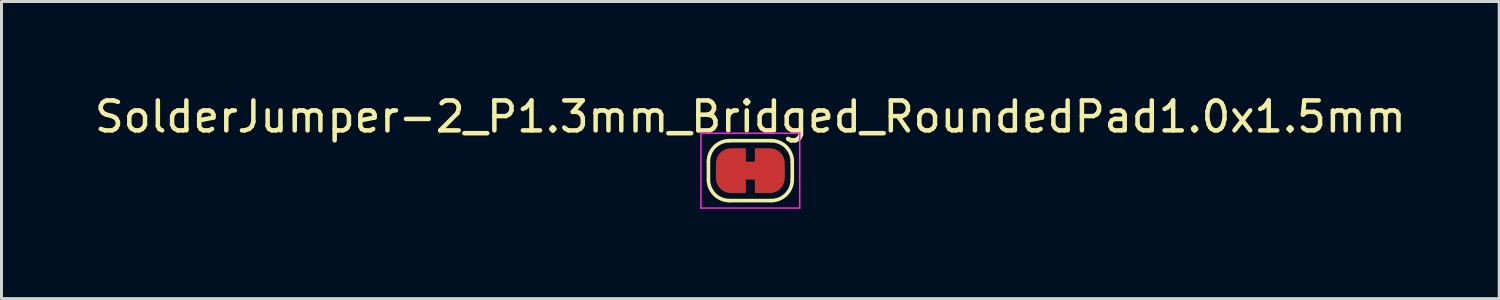
<source format=kicad_pcb>
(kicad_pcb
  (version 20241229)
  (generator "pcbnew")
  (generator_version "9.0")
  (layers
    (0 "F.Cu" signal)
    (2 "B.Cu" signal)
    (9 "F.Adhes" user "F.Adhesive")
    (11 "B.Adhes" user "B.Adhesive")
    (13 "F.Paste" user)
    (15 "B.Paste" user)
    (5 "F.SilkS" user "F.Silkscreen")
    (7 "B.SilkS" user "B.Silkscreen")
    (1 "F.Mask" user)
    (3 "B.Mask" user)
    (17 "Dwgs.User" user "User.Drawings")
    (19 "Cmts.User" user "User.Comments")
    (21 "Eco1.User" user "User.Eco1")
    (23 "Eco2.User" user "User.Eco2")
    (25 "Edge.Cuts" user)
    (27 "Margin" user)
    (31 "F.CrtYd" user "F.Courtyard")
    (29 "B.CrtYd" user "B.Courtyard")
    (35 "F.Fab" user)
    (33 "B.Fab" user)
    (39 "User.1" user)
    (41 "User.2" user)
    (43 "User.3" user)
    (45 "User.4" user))
  (footprint "SolderJumper-2_P1.3mm_Bridged_RoundedPad1.0x1.5mm"
    (layer "F.Cu")
    (at 22.006 2.648)
    (property "Reference" "SolderJumper-2_P1.3mm_Bridged_RoundedPad1.0x1.5mm" (at 0 -1.8 180) (layer "F.SilkS") (effects (font (size 1 1) (thickness 0.15))))
    (attr exclude_from_pos_files)
    (fp_poly (pts (xy 0.25 -0.3) (xy -0.25 -0.3) (xy -0.25 0.3) (xy 0.25 0.3)) (stroke (width 0) (type solid)) (fill yes) (layer "F.Cu"))
    (fp_line (start -1.4 0.3) (end -1.4 -0.3) (stroke (width 0.12) (type solid)) (layer "F.SilkS"))
    (fp_line (start -0.7 -1) (end 0.7 -1) (stroke (width 0.12) (type solid)) (layer "F.SilkS"))
    (fp_line (start 0.7 1) (end -0.7 1) (stroke (width 0.12) (type solid)) (layer "F.SilkS"))
    (fp_line (start 1.4 -0.3) (end 1.4 0.3) (stroke (width 0.12) (type solid)) (layer "F.SilkS"))
    (fp_arc (start -1.4 -0.3) (mid -1.194975 -0.794975) (end -0.7 -1) (stroke (width 0.12) (type solid)) (layer "F.SilkS"))
    (fp_arc (start -0.7 1) (mid -1.194975 0.794975) (end -1.4 0.3) (stroke (width 0.12) (type solid)) (layer "F.SilkS"))
    (fp_arc (start 0.7 -1) (mid 1.194975 -0.794975) (end 1.4 -0.3) (stroke (width 0.12) (type solid)) (layer "F.SilkS"))
    (fp_arc (start 1.4 0.3) (mid 1.194975 0.794975) (end 0.7 1) (stroke (width 0.12) (type solid)) (layer "F.SilkS"))
    (fp_line (start -1.65 -1.25) (end -1.65 1.25) (stroke (width 0.05) (type solid)) (layer "F.CrtYd"))
    (fp_line (start -1.65 -1.25) (end 1.65 -1.25) (stroke (width 0.05) (type solid)) (layer "F.CrtYd"))
    (fp_line (start 1.65 1.25) (end -1.65 1.25) (stroke (width 0.05) (type solid)) (layer "F.CrtYd"))
    (fp_line (start 1.65 1.25) (end 1.65 -1.25) (stroke (width 0.05) (type solid)) (layer "F.CrtYd"))
    (pad "1" smd custom (at -0.65 0) (size 1 0.5) (layers "F.Cu" "F.Mask") (options (anchor rect)) (primitives (gr_circle (center 0 0.25) (end 0.5 0.25) (width 0) (fill yes)) (gr_circle (center 0 -0.25) (end 0.5 -0.25) (width 0) (fill yes)) (gr_poly (pts (xy 0.5 0.75) (xy 0 0.75) (xy 0 -0.75) (xy 0.5 -0.75)) (width 0) (fill yes))))
    (pad "2" smd custom (at 0.65 0) (size 1 0.5) (layers "F.Cu" "F.Mask") (options (anchor rect)) (primitives (gr_circle (center 0 0.25) (end 0.5 0.25) (width 0) (fill yes)) (gr_circle (center 0 -0.25) (end 0.5 -0.25) (width 0) (fill yes)) (gr_poly (pts (xy 0 0.75) (xy -0.5 0.75) (xy -0.5 -0.75) (xy 0 -0.75)) (width 0) (fill yes)))))
  (gr_rect
    (start -3 -3)
    (end 47.012 6.923)
    (stroke (width 0.1) (type default))
    (fill no)
    (layer "Edge.Cuts")))
</source>
